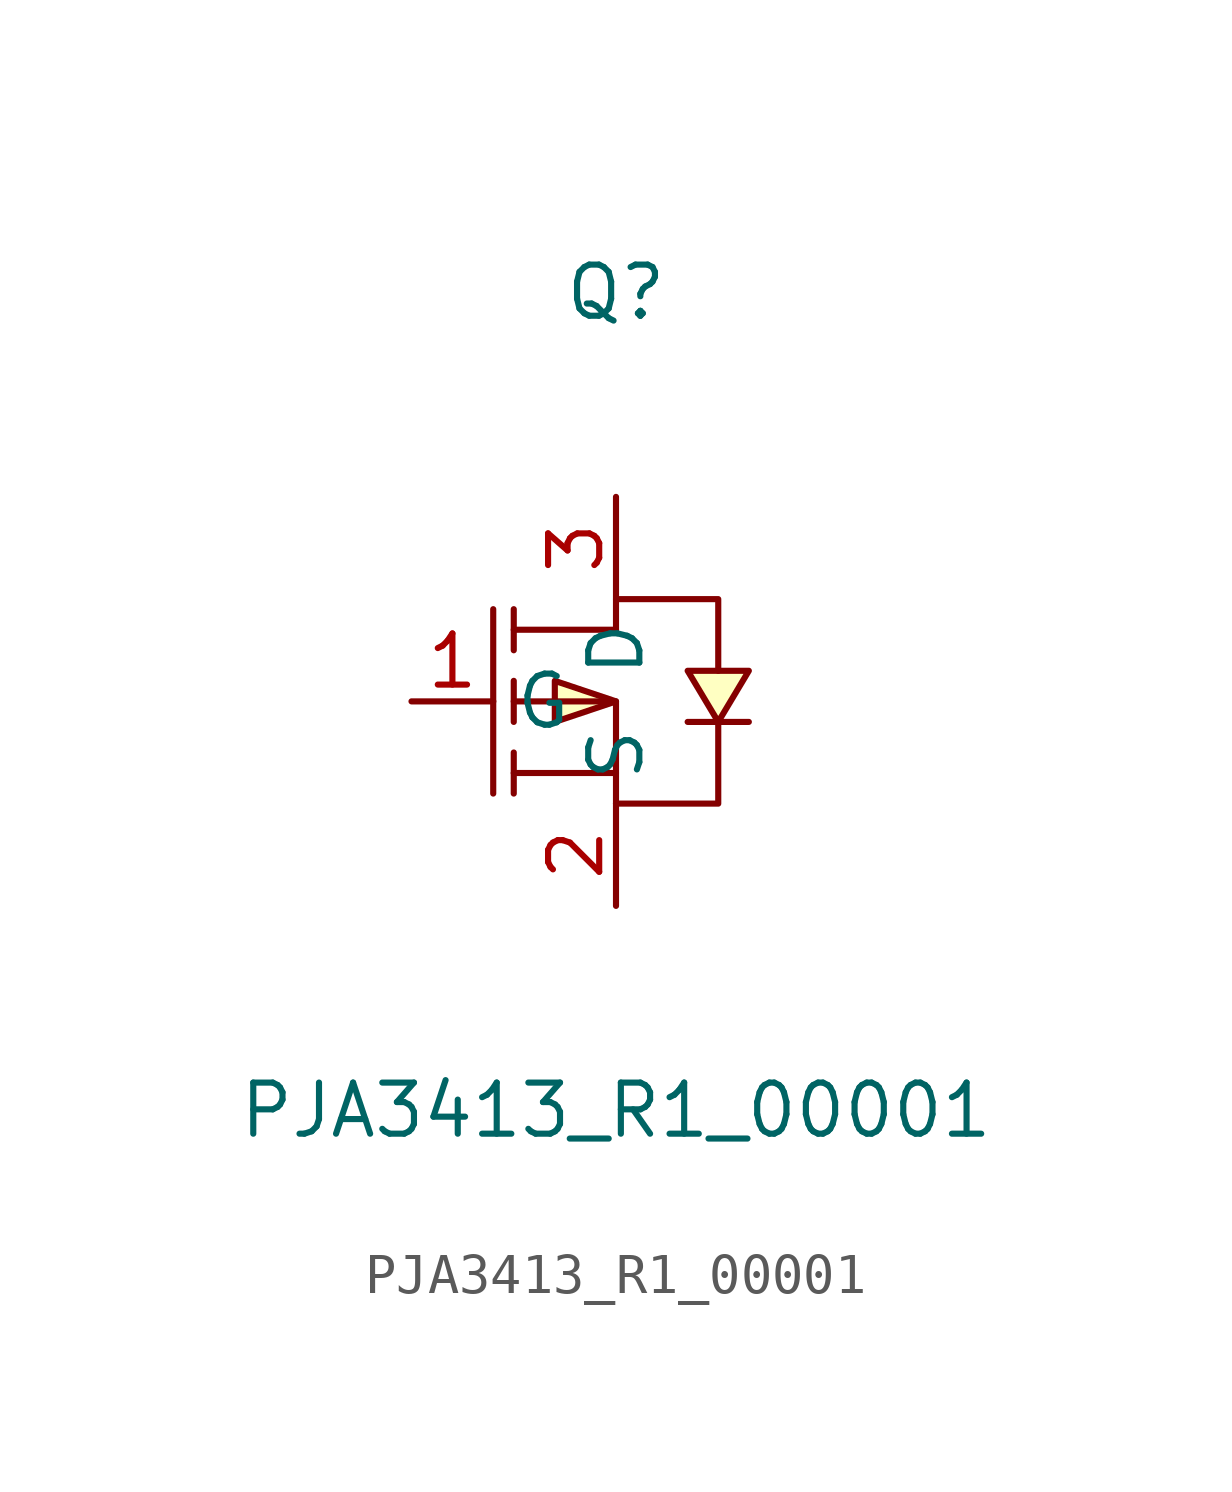
<source format=kicad_sym>
(kicad_symbol_lib
  (version 20241209)
  (generator "kicad_symbol_editor")
  (generator_version "9.0")
  (symbol "PJA3413_R1_00001"
    (property "Reference" "Q"
      (at 0 10.16 0)
      (effects (font (size 1.27 1.27))))
    (property "Value" "PJA3413_R1_00001"
      (at 0 -10.16 0)
      (effects (font (size 1.27 1.27))))
    (symbol "PJA3413_R1_00001_0_1"
      (polyline (pts (xy -3.05 2.29) (xy -3.05 -2.29)) (stroke (width 0) (type default)) (fill (type none)))
      (polyline (pts (xy -2.54 1.27) (xy -2.54 2.29)) (stroke (width 0) (type default)) (fill (type none)))
      (polyline (pts (xy -2.54 0) (xy 0 0) (xy 0 -2.54)) (stroke (width 0) (type default)) (fill (type none)))
      (polyline (pts (xy -2.54 -0.51) (xy -2.54 0.51)) (stroke (width 0) (type default)) (fill (type none)))
      (polyline (pts (xy -2.54 -2.29) (xy -2.54 -1.27)) (stroke (width 0) (type default)) (fill (type none)))
      (polyline (pts (xy 0 1.78) (xy -2.54 1.78)) (stroke (width 0) (type default)) (fill (type none)))
      (polyline (pts (xy 0 1.78) (xy 0 2.54) (xy 2.54 2.54) (xy 2.54 0.76)) (stroke (width 0) (type default)) (fill (type none)))
      (polyline (pts (xy 0 0) (xy -1.52 0.51) (xy -1.52 -0.51) (xy 0 0)) (stroke (width 0) (type default)) (fill (type background)))
      (polyline (pts (xy 0 -1.78) (xy -2.54 -1.78)) (stroke (width 0) (type default)) (fill (type none)))
      (polyline (pts (xy 0 -2.54) (xy 2.54 -2.54) (xy 2.54 -0.51)) (stroke (width 0) (type default)) (fill (type none)))
      (polyline (pts (xy 2.54 -0.51) (xy 3.3 0.76) (xy 1.78 0.76) (xy 2.54 -0.51)) (stroke (width 0) (type default)) (fill (type background)))
      (polyline (pts (xy 3.3 -0.51) (xy 3.05 -0.51) (xy 2.03 -0.51) (xy 1.78 -0.51)) (stroke (width 0) (type default)) (fill (type none)))
      (pin unspecified line (at -5.08 0 0) (length 2.032) (name "G" (effects (font (size 1.27 1.27)))) (number "1" (effects (font (size 1.27 1.27)))))
      (pin unspecified line (at 0 5.08 270) (length 2.54) (name "D" (effects (font (size 1.27 1.27)))) (number "3" (effects (font (size 1.27 1.27)))))
      (pin unspecified line (at 0 -5.08 90) (length 2.54) (name "S" (effects (font (size 1.27 1.27)))) (number "2" (effects (font (size 1.27 1.27))))))))
</source>
